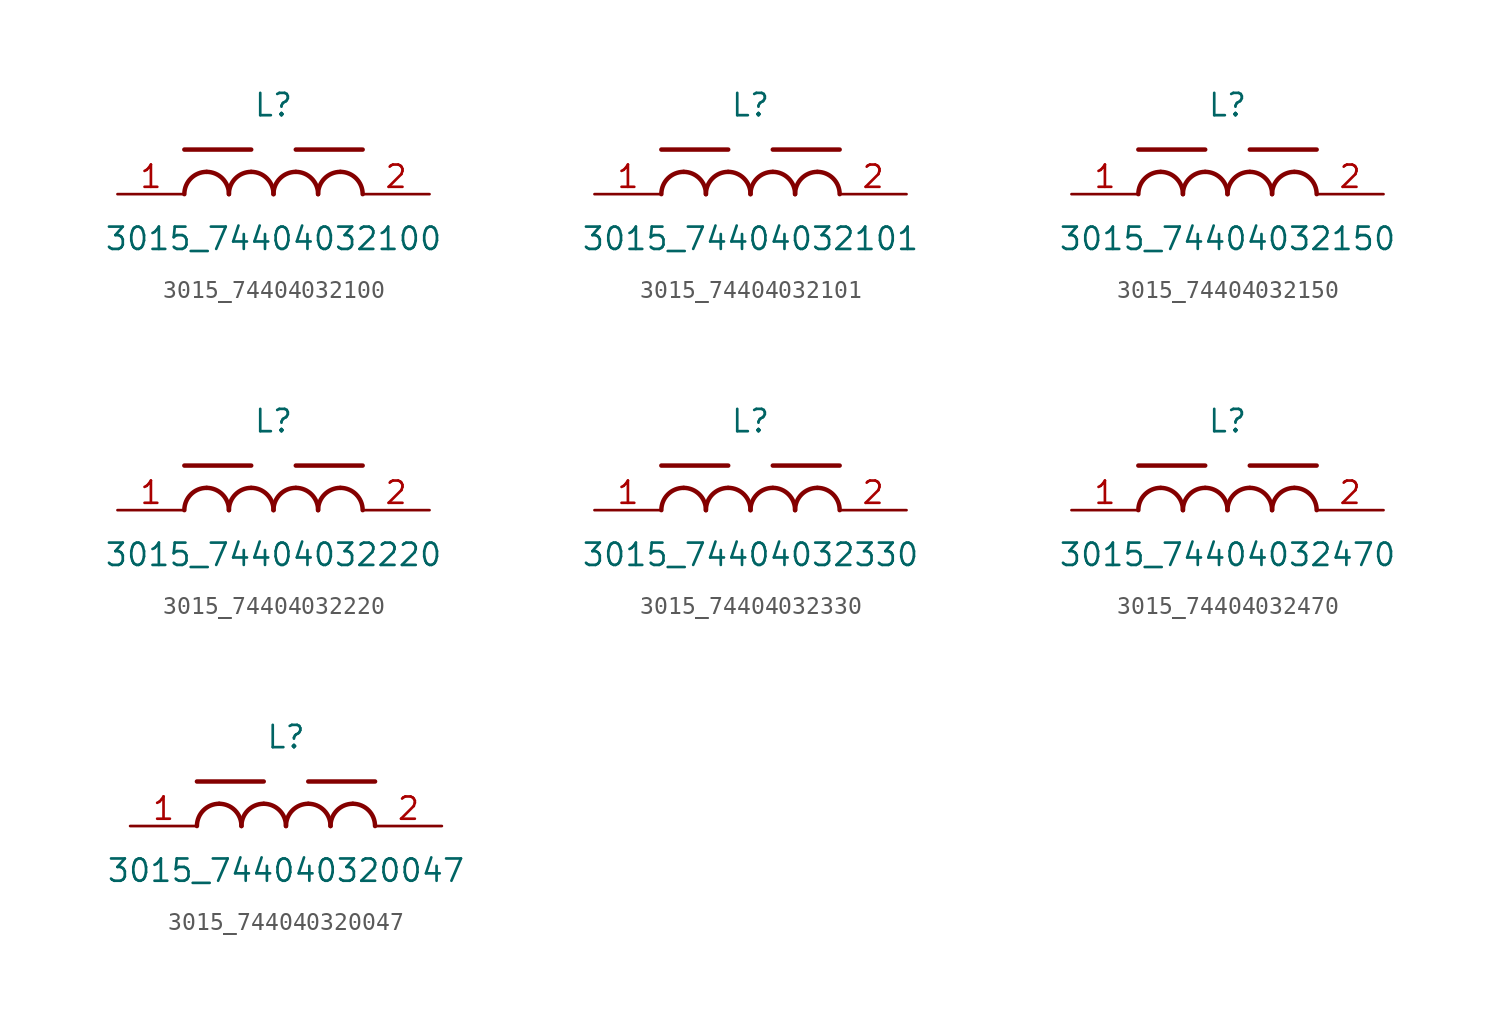
<source format=kicad_sym>
(kicad_symbol_lib
  (version 20211014)
  (generator kicad_symbol_editor)
  (symbol "Inductor_Wurth_WE-LQS:3015_74404032100"
    (pin_names hide)
    (property "Reference" "L"
      (at 0 5.08 0)
      (effects (font (size 1.27 1.27))))
    (property "Value" "3015_74404032100"
      (at 0 -2.54 0)
      (effects (font (size 1.27 1.27))))
    (symbol "3015_74404032100_0_1"
      (arc (start -3.81 1.27) (mid -4.708 0.898) (end -5.08 0) (stroke (width 0.254) (type default) (color 0 0 0 0)) (fill (type none)))
      (arc (start -2.54 0) (mid -2.912 0.898) (end -3.81 1.27) (stroke (width 0.254) (type default) (color 0 0 0 0)) (fill (type none)))
      (arc (start -1.2699 1.2701) (mid -2.1679 0.8981) (end -2.5399 0.0001) (stroke (width 0.254) (type default) (color 0 0 0 0)) (fill (type none)))
      (polyline (pts (xy -5.08 2.54) (xy -1.27 2.54)) (stroke (width 0.254) (type default) (color 0 0 0 0)) (fill (type none)))
      (polyline (pts (xy 5.08 2.54) (xy 1.27 2.54)) (stroke (width 0.254) (type default) (color 0 0 0 0)) (fill (type none)))
      (arc (start 0.0001 0.0001) (mid -0.3719 0.8981) (end -1.2699 1.2701) (stroke (width 0.254) (type default) (color 0 0 0 0)) (fill (type none)))
      (arc (start 1.2701 1.2701) (mid 0.3721 0.8981) (end 0.0001 0.0001) (stroke (width 0.254) (type default) (color 0 0 0 0)) (fill (type none)))
      (arc (start 2.5401 0.0001) (mid 2.1681 0.8981) (end 1.2701 1.2701) (stroke (width 0.254) (type default) (color 0 0 0 0)) (fill (type none)))
      (arc (start 3.8101 1.2701) (mid 2.9121 0.8981) (end 2.5401 0.0001) (stroke (width 0.254) (type default) (color 0 0 0 0)) (fill (type none)))
      (arc (start 5.0801 0.0001) (mid 4.7081 0.8981) (end 3.8101 1.2701) (stroke (width 0.254) (type default) (color 0 0 0 0)) (fill (type none))))
    (symbol "3015_74404032100_1_1"
      (pin passive line (at -8.89 0 0) (length 3.81) (name "1" (effects (font (size 1.27 1.27)))) (number "1" (effects (font (size 1.27 1.27)))))
      (pin passive line (at 8.89 0 180) (length 3.81) (name "2" (effects (font (size 1.27 1.27)))) (number "2" (effects (font (size 1.27 1.27)))))))
  (symbol "Inductor_Wurth_WE-LQS:3015_74404032101"
    (pin_names hide)
    (property "Reference" "L"
      (at 0 5.08 0)
      (effects (font (size 1.27 1.27))))
    (property "Value" "3015_74404032101"
      (at 0 -2.54 0)
      (effects (font (size 1.27 1.27))))
    (symbol "3015_74404032101_0_1"
      (arc (start -3.81 1.27) (mid -4.708 0.898) (end -5.08 0) (stroke (width 0.254) (type default) (color 0 0 0 0)) (fill (type none)))
      (arc (start -2.54 0) (mid -2.912 0.898) (end -3.81 1.27) (stroke (width 0.254) (type default) (color 0 0 0 0)) (fill (type none)))
      (arc (start -1.2699 1.2701) (mid -2.1679 0.8981) (end -2.5399 0.0001) (stroke (width 0.254) (type default) (color 0 0 0 0)) (fill (type none)))
      (polyline (pts (xy -5.08 2.54) (xy -1.27 2.54)) (stroke (width 0.254) (type default) (color 0 0 0 0)) (fill (type none)))
      (polyline (pts (xy 5.08 2.54) (xy 1.27 2.54)) (stroke (width 0.254) (type default) (color 0 0 0 0)) (fill (type none)))
      (arc (start 0.0001 0.0001) (mid -0.3719 0.8981) (end -1.2699 1.2701) (stroke (width 0.254) (type default) (color 0 0 0 0)) (fill (type none)))
      (arc (start 1.2701 1.2701) (mid 0.3721 0.8981) (end 0.0001 0.0001) (stroke (width 0.254) (type default) (color 0 0 0 0)) (fill (type none)))
      (arc (start 2.5401 0.0001) (mid 2.1681 0.8981) (end 1.2701 1.2701) (stroke (width 0.254) (type default) (color 0 0 0 0)) (fill (type none)))
      (arc (start 3.8101 1.2701) (mid 2.9121 0.8981) (end 2.5401 0.0001) (stroke (width 0.254) (type default) (color 0 0 0 0)) (fill (type none)))
      (arc (start 5.0801 0.0001) (mid 4.7081 0.8981) (end 3.8101 1.2701) (stroke (width 0.254) (type default) (color 0 0 0 0)) (fill (type none))))
    (symbol "3015_74404032101_1_1"
      (pin passive line (at -8.89 0 0) (length 3.81) (name "1" (effects (font (size 1.27 1.27)))) (number "1" (effects (font (size 1.27 1.27)))))
      (pin passive line (at 8.89 0 180) (length 3.81) (name "2" (effects (font (size 1.27 1.27)))) (number "2" (effects (font (size 1.27 1.27)))))))
  (symbol "Inductor_Wurth_WE-LQS:3015_74404032150"
    (pin_names hide)
    (property "Reference" "L"
      (at 0 5.08 0)
      (effects (font (size 1.27 1.27))))
    (property "Value" "3015_74404032150"
      (at 0 -2.54 0)
      (effects (font (size 1.27 1.27))))
    (symbol "3015_74404032150_0_1"
      (arc (start -3.81 1.27) (mid -4.708 0.898) (end -5.08 0) (stroke (width 0.254) (type default) (color 0 0 0 0)) (fill (type none)))
      (arc (start -2.54 0) (mid -2.912 0.898) (end -3.81 1.27) (stroke (width 0.254) (type default) (color 0 0 0 0)) (fill (type none)))
      (arc (start -1.2699 1.2701) (mid -2.1679 0.8981) (end -2.5399 0.0001) (stroke (width 0.254) (type default) (color 0 0 0 0)) (fill (type none)))
      (polyline (pts (xy -5.08 2.54) (xy -1.27 2.54)) (stroke (width 0.254) (type default) (color 0 0 0 0)) (fill (type none)))
      (polyline (pts (xy 5.08 2.54) (xy 1.27 2.54)) (stroke (width 0.254) (type default) (color 0 0 0 0)) (fill (type none)))
      (arc (start 0.0001 0.0001) (mid -0.3719 0.8981) (end -1.2699 1.2701) (stroke (width 0.254) (type default) (color 0 0 0 0)) (fill (type none)))
      (arc (start 1.2701 1.2701) (mid 0.3721 0.8981) (end 0.0001 0.0001) (stroke (width 0.254) (type default) (color 0 0 0 0)) (fill (type none)))
      (arc (start 2.5401 0.0001) (mid 2.1681 0.8981) (end 1.2701 1.2701) (stroke (width 0.254) (type default) (color 0 0 0 0)) (fill (type none)))
      (arc (start 3.8101 1.2701) (mid 2.9121 0.8981) (end 2.5401 0.0001) (stroke (width 0.254) (type default) (color 0 0 0 0)) (fill (type none)))
      (arc (start 5.0801 0.0001) (mid 4.7081 0.8981) (end 3.8101 1.2701) (stroke (width 0.254) (type default) (color 0 0 0 0)) (fill (type none))))
    (symbol "3015_74404032150_1_1"
      (pin passive line (at -8.89 0 0) (length 3.81) (name "1" (effects (font (size 1.27 1.27)))) (number "1" (effects (font (size 1.27 1.27)))))
      (pin passive line (at 8.89 0 180) (length 3.81) (name "2" (effects (font (size 1.27 1.27)))) (number "2" (effects (font (size 1.27 1.27)))))))
  (symbol "Inductor_Wurth_WE-LQS:3015_74404032220"
    (pin_names hide)
    (property "Reference" "L"
      (at 0 5.08 0)
      (effects (font (size 1.27 1.27))))
    (property "Value" "3015_74404032220"
      (at 0 -2.54 0)
      (effects (font (size 1.27 1.27))))
    (symbol "3015_74404032220_0_1"
      (arc (start -3.81 1.27) (mid -4.708 0.898) (end -5.08 0) (stroke (width 0.254) (type default) (color 0 0 0 0)) (fill (type none)))
      (arc (start -2.54 0) (mid -2.912 0.898) (end -3.81 1.27) (stroke (width 0.254) (type default) (color 0 0 0 0)) (fill (type none)))
      (arc (start -1.2699 1.2701) (mid -2.1679 0.8981) (end -2.5399 0.0001) (stroke (width 0.254) (type default) (color 0 0 0 0)) (fill (type none)))
      (polyline (pts (xy -5.08 2.54) (xy -1.27 2.54)) (stroke (width 0.254) (type default) (color 0 0 0 0)) (fill (type none)))
      (polyline (pts (xy 5.08 2.54) (xy 1.27 2.54)) (stroke (width 0.254) (type default) (color 0 0 0 0)) (fill (type none)))
      (arc (start 0.0001 0.0001) (mid -0.3719 0.8981) (end -1.2699 1.2701) (stroke (width 0.254) (type default) (color 0 0 0 0)) (fill (type none)))
      (arc (start 1.2701 1.2701) (mid 0.3721 0.8981) (end 0.0001 0.0001) (stroke (width 0.254) (type default) (color 0 0 0 0)) (fill (type none)))
      (arc (start 2.5401 0.0001) (mid 2.1681 0.8981) (end 1.2701 1.2701) (stroke (width 0.254) (type default) (color 0 0 0 0)) (fill (type none)))
      (arc (start 3.8101 1.2701) (mid 2.9121 0.8981) (end 2.5401 0.0001) (stroke (width 0.254) (type default) (color 0 0 0 0)) (fill (type none)))
      (arc (start 5.0801 0.0001) (mid 4.7081 0.8981) (end 3.8101 1.2701) (stroke (width 0.254) (type default) (color 0 0 0 0)) (fill (type none))))
    (symbol "3015_74404032220_1_1"
      (pin passive line (at -8.89 0 0) (length 3.81) (name "1" (effects (font (size 1.27 1.27)))) (number "1" (effects (font (size 1.27 1.27)))))
      (pin passive line (at 8.89 0 180) (length 3.81) (name "2" (effects (font (size 1.27 1.27)))) (number "2" (effects (font (size 1.27 1.27)))))))
  (symbol "Inductor_Wurth_WE-LQS:3015_74404032330"
    (pin_names hide)
    (property "Reference" "L"
      (at 0 5.08 0)
      (effects (font (size 1.27 1.27))))
    (property "Value" "3015_74404032330"
      (at 0 -2.54 0)
      (effects (font (size 1.27 1.27))))
    (symbol "3015_74404032330_0_1"
      (arc (start -3.81 1.27) (mid -4.708 0.898) (end -5.08 0) (stroke (width 0.254) (type default) (color 0 0 0 0)) (fill (type none)))
      (arc (start -2.54 0) (mid -2.912 0.898) (end -3.81 1.27) (stroke (width 0.254) (type default) (color 0 0 0 0)) (fill (type none)))
      (arc (start -1.2699 1.2701) (mid -2.1679 0.8981) (end -2.5399 0.0001) (stroke (width 0.254) (type default) (color 0 0 0 0)) (fill (type none)))
      (polyline (pts (xy -5.08 2.54) (xy -1.27 2.54)) (stroke (width 0.254) (type default) (color 0 0 0 0)) (fill (type none)))
      (polyline (pts (xy 5.08 2.54) (xy 1.27 2.54)) (stroke (width 0.254) (type default) (color 0 0 0 0)) (fill (type none)))
      (arc (start 0.0001 0.0001) (mid -0.3719 0.8981) (end -1.2699 1.2701) (stroke (width 0.254) (type default) (color 0 0 0 0)) (fill (type none)))
      (arc (start 1.2701 1.2701) (mid 0.3721 0.8981) (end 0.0001 0.0001) (stroke (width 0.254) (type default) (color 0 0 0 0)) (fill (type none)))
      (arc (start 2.5401 0.0001) (mid 2.1681 0.8981) (end 1.2701 1.2701) (stroke (width 0.254) (type default) (color 0 0 0 0)) (fill (type none)))
      (arc (start 3.8101 1.2701) (mid 2.9121 0.8981) (end 2.5401 0.0001) (stroke (width 0.254) (type default) (color 0 0 0 0)) (fill (type none)))
      (arc (start 5.0801 0.0001) (mid 4.7081 0.8981) (end 3.8101 1.2701) (stroke (width 0.254) (type default) (color 0 0 0 0)) (fill (type none))))
    (symbol "3015_74404032330_1_1"
      (pin passive line (at -8.89 0 0) (length 3.81) (name "1" (effects (font (size 1.27 1.27)))) (number "1" (effects (font (size 1.27 1.27)))))
      (pin passive line (at 8.89 0 180) (length 3.81) (name "2" (effects (font (size 1.27 1.27)))) (number "2" (effects (font (size 1.27 1.27)))))))
  (symbol "Inductor_Wurth_WE-LQS:3015_74404032470"
    (pin_names hide)
    (property "Reference" "L"
      (at 0 5.08 0)
      (effects (font (size 1.27 1.27))))
    (property "Value" "3015_74404032470"
      (at 0 -2.54 0)
      (effects (font (size 1.27 1.27))))
    (symbol "3015_74404032470_0_1"
      (arc (start -3.81 1.27) (mid -4.708 0.898) (end -5.08 0) (stroke (width 0.254) (type default) (color 0 0 0 0)) (fill (type none)))
      (arc (start -2.54 0) (mid -2.912 0.898) (end -3.81 1.27) (stroke (width 0.254) (type default) (color 0 0 0 0)) (fill (type none)))
      (arc (start -1.2699 1.2701) (mid -2.1679 0.8981) (end -2.5399 0.0001) (stroke (width 0.254) (type default) (color 0 0 0 0)) (fill (type none)))
      (polyline (pts (xy -5.08 2.54) (xy -1.27 2.54)) (stroke (width 0.254) (type default) (color 0 0 0 0)) (fill (type none)))
      (polyline (pts (xy 5.08 2.54) (xy 1.27 2.54)) (stroke (width 0.254) (type default) (color 0 0 0 0)) (fill (type none)))
      (arc (start 0.0001 0.0001) (mid -0.3719 0.8981) (end -1.2699 1.2701) (stroke (width 0.254) (type default) (color 0 0 0 0)) (fill (type none)))
      (arc (start 1.2701 1.2701) (mid 0.3721 0.8981) (end 0.0001 0.0001) (stroke (width 0.254) (type default) (color 0 0 0 0)) (fill (type none)))
      (arc (start 2.5401 0.0001) (mid 2.1681 0.8981) (end 1.2701 1.2701) (stroke (width 0.254) (type default) (color 0 0 0 0)) (fill (type none)))
      (arc (start 3.8101 1.2701) (mid 2.9121 0.8981) (end 2.5401 0.0001) (stroke (width 0.254) (type default) (color 0 0 0 0)) (fill (type none)))
      (arc (start 5.0801 0.0001) (mid 4.7081 0.8981) (end 3.8101 1.2701) (stroke (width 0.254) (type default) (color 0 0 0 0)) (fill (type none))))
    (symbol "3015_74404032470_1_1"
      (pin passive line (at -8.89 0 0) (length 3.81) (name "1" (effects (font (size 1.27 1.27)))) (number "1" (effects (font (size 1.27 1.27)))))
      (pin passive line (at 8.89 0 180) (length 3.81) (name "2" (effects (font (size 1.27 1.27)))) (number "2" (effects (font (size 1.27 1.27)))))))
  (symbol "Inductor_Wurth_WE-LQS:3015_744040320047"
    (pin_names hide)
    (property "Reference" "L"
      (at 0 5.08 0)
      (effects (font (size 1.27 1.27))))
    (property "Value" "3015_744040320047"
      (at 0 -2.54 0)
      (effects (font (size 1.27 1.27))))
    (symbol "3015_744040320047_0_1"
      (arc (start -3.81 1.27) (mid -4.708 0.898) (end -5.08 0) (stroke (width 0.254) (type default) (color 0 0 0 0)) (fill (type none)))
      (arc (start -2.54 0) (mid -2.912 0.898) (end -3.81 1.27) (stroke (width 0.254) (type default) (color 0 0 0 0)) (fill (type none)))
      (arc (start -1.2699 1.2701) (mid -2.1679 0.8981) (end -2.5399 0.0001) (stroke (width 0.254) (type default) (color 0 0 0 0)) (fill (type none)))
      (polyline (pts (xy -5.08 2.54) (xy -1.27 2.54)) (stroke (width 0.254) (type default) (color 0 0 0 0)) (fill (type none)))
      (polyline (pts (xy 5.08 2.54) (xy 1.27 2.54)) (stroke (width 0.254) (type default) (color 0 0 0 0)) (fill (type none)))
      (arc (start 0.0001 0.0001) (mid -0.3719 0.8981) (end -1.2699 1.2701) (stroke (width 0.254) (type default) (color 0 0 0 0)) (fill (type none)))
      (arc (start 1.2701 1.2701) (mid 0.3721 0.8981) (end 0.0001 0.0001) (stroke (width 0.254) (type default) (color 0 0 0 0)) (fill (type none)))
      (arc (start 2.5401 0.0001) (mid 2.1681 0.8981) (end 1.2701 1.2701) (stroke (width 0.254) (type default) (color 0 0 0 0)) (fill (type none)))
      (arc (start 3.8101 1.2701) (mid 2.9121 0.8981) (end 2.5401 0.0001) (stroke (width 0.254) (type default) (color 0 0 0 0)) (fill (type none)))
      (arc (start 5.0801 0.0001) (mid 4.7081 0.8981) (end 3.8101 1.2701) (stroke (width 0.254) (type default) (color 0 0 0 0)) (fill (type none))))
    (symbol "3015_744040320047_1_1"
      (pin passive line (at -8.89 0 0) (length 3.81) (name "1" (effects (font (size 1.27 1.27)))) (number "1" (effects (font (size 1.27 1.27)))))
      (pin passive line (at 8.89 0 180) (length 3.81) (name "2" (effects (font (size 1.27 1.27)))) (number "2" (effects (font (size 1.27 1.27))))))))
</source>
